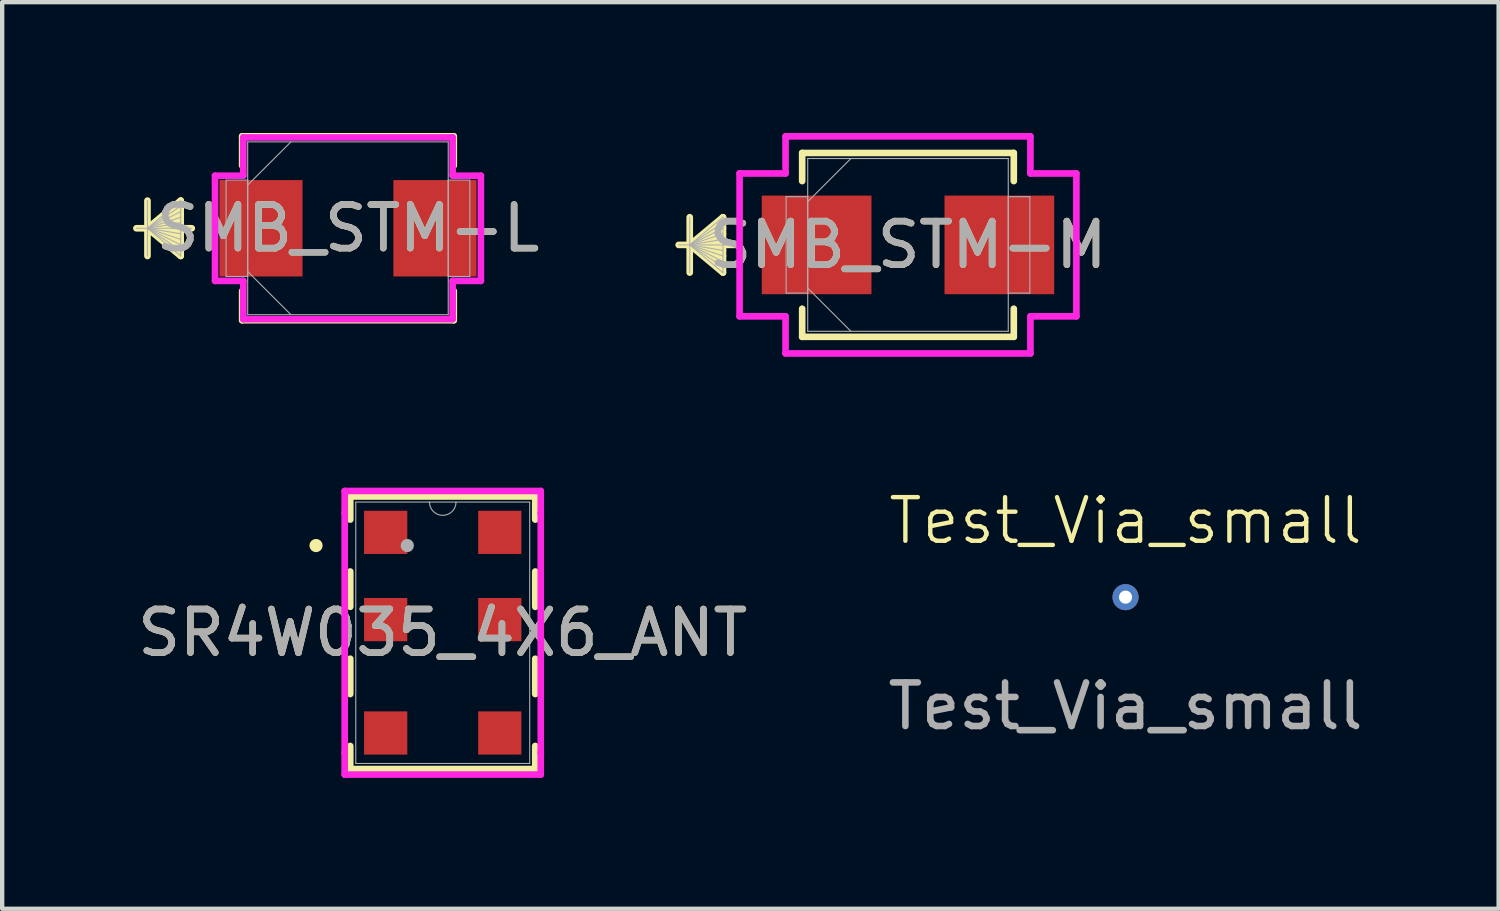
<source format=kicad_pcb>
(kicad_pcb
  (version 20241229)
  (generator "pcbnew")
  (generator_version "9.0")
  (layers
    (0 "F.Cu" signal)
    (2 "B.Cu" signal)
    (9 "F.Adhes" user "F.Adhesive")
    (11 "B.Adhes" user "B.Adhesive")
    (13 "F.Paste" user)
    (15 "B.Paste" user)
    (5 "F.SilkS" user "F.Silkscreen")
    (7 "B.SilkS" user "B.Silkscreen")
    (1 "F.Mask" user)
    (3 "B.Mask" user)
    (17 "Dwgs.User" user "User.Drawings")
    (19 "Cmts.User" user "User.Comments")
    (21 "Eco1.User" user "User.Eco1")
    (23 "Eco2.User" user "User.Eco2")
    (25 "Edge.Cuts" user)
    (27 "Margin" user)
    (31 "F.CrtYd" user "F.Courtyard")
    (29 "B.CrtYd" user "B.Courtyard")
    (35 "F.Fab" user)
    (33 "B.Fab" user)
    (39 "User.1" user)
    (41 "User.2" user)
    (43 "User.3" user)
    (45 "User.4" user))
  (footprint "SMB_STM-L"
    (layer "F.Cu")
    (at 4.928 2.184)
    (property "Reference" "SMB_STM-L" (at 0 0 0) (unlocked yes) (layer "F.SilkS") (effects (font (size 1 1) (thickness 0.15))))
    (attr smd)
    (fp_line (start -4.597 -0.635) (end -4.597 0.635) (stroke (width 0.152) (type solid)) (layer "F.SilkS"))
    (fp_line (start -4.597 0) (end -3.835 -0.635) (stroke (width 0.152) (type solid)) (layer "F.SilkS"))
    (fp_line (start -4.597 0) (end -3.835 -0.508) (stroke (width 0.152) (type solid)) (layer "F.SilkS"))
    (fp_line (start -4.597 0) (end -3.835 -0.381) (stroke (width 0.152) (type solid)) (layer "F.SilkS"))
    (fp_line (start -4.597 0) (end -3.835 -0.254) (stroke (width 0.152) (type solid)) (layer "F.SilkS"))
    (fp_line (start -4.597 0) (end -3.835 -0.127) (stroke (width 0.152) (type solid)) (layer "F.SilkS"))
    (fp_line (start -4.597 0) (end -3.835 0.127) (stroke (width 0.152) (type solid)) (layer "F.SilkS"))
    (fp_line (start -4.597 0) (end -3.835 0.254) (stroke (width 0.152) (type solid)) (layer "F.SilkS"))
    (fp_line (start -4.597 0) (end -3.835 0.381) (stroke (width 0.152) (type solid)) (layer "F.SilkS"))
    (fp_line (start -4.597 0) (end -3.835 0.508) (stroke (width 0.152) (type solid)) (layer "F.SilkS"))
    (fp_line (start -4.597 0) (end -3.835 0.635) (stroke (width 0.152) (type solid)) (layer "F.SilkS"))
    (fp_line (start -3.835 -0.635) (end -3.835 0.635) (stroke (width 0.152) (type solid)) (layer "F.SilkS"))
    (fp_line (start -3.581 0) (end -4.851 0) (stroke (width 0.152) (type solid)) (layer "F.SilkS"))
    (fp_line (start -2.426 -2.108) (end -2.426 -1.438) (stroke (width 0.152) (type solid)) (layer "F.SilkS"))
    (fp_line (start -2.426 1.438) (end -2.426 2.108) (stroke (width 0.152) (type solid)) (layer "F.SilkS"))
    (fp_line (start -2.426 2.108) (end 2.426 2.108) (stroke (width 0.152) (type solid)) (layer "F.SilkS"))
    (fp_line (start 2.426 -2.108) (end -2.426 -2.108) (stroke (width 0.152) (type solid)) (layer "F.SilkS"))
    (fp_line (start 2.426 -1.438) (end 2.426 -2.108) (stroke (width 0.152) (type solid)) (layer "F.SilkS"))
    (fp_line (start 2.426 2.108) (end 2.426 1.438) (stroke (width 0.152) (type solid)) (layer "F.SilkS"))
    (fp_line (start -3.048 -1.206) (end -2.4 -1.206) (stroke (width 0.152) (type solid)) (layer "F.CrtYd"))
    (fp_line (start -3.048 1.206) (end -3.048 -1.206) (stroke (width 0.152) (type solid)) (layer "F.CrtYd"))
    (fp_line (start -2.4 -2.083) (end 2.4 -2.083) (stroke (width 0.152) (type solid)) (layer "F.CrtYd"))
    (fp_line (start -2.4 -1.206) (end -2.4 -2.083) (stroke (width 0.152) (type solid)) (layer "F.CrtYd"))
    (fp_line (start -2.4 1.206) (end -3.048 1.206) (stroke (width 0.152) (type solid)) (layer "F.CrtYd"))
    (fp_line (start -2.4 2.083) (end -2.4 1.206) (stroke (width 0.152) (type solid)) (layer "F.CrtYd"))
    (fp_line (start 2.4 -2.083) (end 2.4 -1.206) (stroke (width 0.152) (type solid)) (layer "F.CrtYd"))
    (fp_line (start 2.4 -1.206) (end 3.048 -1.206) (stroke (width 0.152) (type solid)) (layer "F.CrtYd"))
    (fp_line (start 2.4 1.206) (end 2.4 2.083) (stroke (width 0.152) (type solid)) (layer "F.CrtYd"))
    (fp_line (start 2.4 2.083) (end -2.4 2.083) (stroke (width 0.152) (type solid)) (layer "F.CrtYd"))
    (fp_line (start 3.048 -1.206) (end 3.048 1.206) (stroke (width 0.152) (type solid)) (layer "F.CrtYd"))
    (fp_line (start 3.048 1.206) (end 2.4 1.206) (stroke (width 0.152) (type solid)) (layer "F.CrtYd"))
    (fp_line (start -4.597 -0.635) (end -4.597 0.635) (stroke (width 0.025) (type solid)) (layer "F.Fab"))
    (fp_line (start -4.597 0) (end -3.835 -0.635) (stroke (width 0.025) (type solid)) (layer "F.Fab"))
    (fp_line (start -4.597 0) (end -3.835 -0.508) (stroke (width 0.025) (type solid)) (layer "F.Fab"))
    (fp_line (start -4.597 0) (end -3.835 -0.381) (stroke (width 0.025) (type solid)) (layer "F.Fab"))
    (fp_line (start -4.597 0) (end -3.835 -0.254) (stroke (width 0.025) (type solid)) (layer "F.Fab"))
    (fp_line (start -4.597 0) (end -3.835 -0.127) (stroke (width 0.025) (type solid)) (layer "F.Fab"))
    (fp_line (start -4.597 0) (end -3.835 0.127) (stroke (width 0.025) (type solid)) (layer "F.Fab"))
    (fp_line (start -4.597 0) (end -3.835 0.254) (stroke (width 0.025) (type solid)) (layer "F.Fab"))
    (fp_line (start -4.597 0) (end -3.835 0.381) (stroke (width 0.025) (type solid)) (layer "F.Fab"))
    (fp_line (start -4.597 0) (end -3.835 0.508) (stroke (width 0.025) (type solid)) (layer "F.Fab"))
    (fp_line (start -4.597 0) (end -3.835 0.635) (stroke (width 0.025) (type solid)) (layer "F.Fab"))
    (fp_line (start -3.835 -0.635) (end -3.835 0.635) (stroke (width 0.025) (type solid)) (layer "F.Fab"))
    (fp_line (start -3.581 0) (end -4.851 0) (stroke (width 0.025) (type solid)) (layer "F.Fab"))
    (fp_line (start -2.794 -1.105) (end -2.794 1.105) (stroke (width 0.025) (type solid)) (layer "F.Fab"))
    (fp_line (start -2.794 1.105) (end -2.299 1.105) (stroke (width 0.025) (type solid)) (layer "F.Fab"))
    (fp_line (start -2.299 -1.981) (end -2.299 1.981) (stroke (width 0.025) (type solid)) (layer "F.Fab"))
    (fp_line (start -2.299 -1.105) (end -2.794 -1.105) (stroke (width 0.025) (type solid)) (layer "F.Fab"))
    (fp_line (start -2.299 -0.991) (end -1.308 -1.981) (stroke (width 0.025) (type solid)) (layer "F.Fab"))
    (fp_line (start -2.299 0.991) (end -1.308 1.981) (stroke (width 0.025) (type solid)) (layer "F.Fab"))
    (fp_line (start -2.299 1.105) (end -2.299 -1.105) (stroke (width 0.025) (type solid)) (layer "F.Fab"))
    (fp_line (start -2.299 1.981) (end 2.299 1.981) (stroke (width 0.025) (type solid)) (layer "F.Fab"))
    (fp_line (start 2.299 -1.981) (end -2.299 -1.981) (stroke (width 0.025) (type solid)) (layer "F.Fab"))
    (fp_line (start 2.299 -1.105) (end 2.299 1.105) (stroke (width 0.025) (type solid)) (layer "F.Fab"))
    (fp_line (start 2.299 1.105) (end 2.794 1.105) (stroke (width 0.025) (type solid)) (layer "F.Fab"))
    (fp_line (start 2.299 1.981) (end 2.299 -1.981) (stroke (width 0.025) (type solid)) (layer "F.Fab"))
    (fp_line (start 2.794 -1.105) (end 2.299 -1.105) (stroke (width 0.025) (type solid)) (layer "F.Fab"))
    (fp_line (start 2.794 1.105) (end 2.794 -1.105) (stroke (width 0.025) (type solid)) (layer "F.Fab"))
    (fp_text user "${REFERENCE}" (at 0 0 0) (unlocked yes) (layer "F.Fab") (effects (font (size 1 1) (thickness 0.15))))
    (pad "1" smd rect (at -1.994 0) (size 1.905 2.21) (layers "F.Cu" "F.Mask" "F.Paste"))
    (pad "2" smd rect (at 1.994 0) (size 1.905 2.21) (layers "F.Cu" "F.Mask" "F.Paste"))
    (zone (net_name "") (layer "F.Cu") (hatch full 0.508) (connect_pads) (min_thickness 0.254) (filled_areas_thickness no) (keepout (tracks not_allowed) (vias not_allowed) (pads allowed) (copperpour not_allowed) (footprints allowed)) (placement (enabled no)) (fill) (polygon (pts (xy 3.937 0.254) (xy 5.918 0.254) (xy 5.918 4.115) (xy 3.937 4.115)))))
  (footprint "Test_Via_small"
    (layer "F.Cu")
    (at 22.756 10.641)
    (property "Reference" "Test_Via_small" (at 0 -1.75 0) (unlocked yes) (layer "F.SilkS") (effects (font (size 1 1) (thickness 0.1))))
    (attr through_hole)
    (fp_text user "${REFERENCE}" (at 0 2.5 0) (unlocked yes) (layer "F.Fab") (effects (font (size 1 1) (thickness 0.15))))
    (pad "1" thru_hole circle (at 0 0) (size 0.6 0.6) (drill 0.3) (layers "*.Cu" "*.Mask")))
  (footprint "SMB_STM-M"
    (layer "F.Cu")
    (at 17.768 2.565)
    (property "Reference" "SMB_STM-M" (at 0 0 0) (unlocked yes) (layer "F.SilkS") (effects (font (size 1 1) (thickness 0.15))))
    (attr smd)
    (fp_line (start -5.004 -0.635) (end -5.004 0.635) (stroke (width 0.152) (type solid)) (layer "F.SilkS"))
    (fp_line (start -5.004 0) (end -4.242 -0.635) (stroke (width 0.152) (type solid)) (layer "F.SilkS"))
    (fp_line (start -5.004 0) (end -4.242 -0.508) (stroke (width 0.152) (type solid)) (layer "F.SilkS"))
    (fp_line (start -5.004 0) (end -4.242 -0.381) (stroke (width 0.152) (type solid)) (layer "F.SilkS"))
    (fp_line (start -5.004 0) (end -4.242 -0.254) (stroke (width 0.152) (type solid)) (layer "F.SilkS"))
    (fp_line (start -5.004 0) (end -4.242 -0.127) (stroke (width 0.152) (type solid)) (layer "F.SilkS"))
    (fp_line (start -5.004 0) (end -4.242 0.127) (stroke (width 0.152) (type solid)) (layer "F.SilkS"))
    (fp_line (start -5.004 0) (end -4.242 0.254) (stroke (width 0.152) (type solid)) (layer "F.SilkS"))
    (fp_line (start -5.004 0) (end -4.242 0.381) (stroke (width 0.152) (type solid)) (layer "F.SilkS"))
    (fp_line (start -5.004 0) (end -4.242 0.508) (stroke (width 0.152) (type solid)) (layer "F.SilkS"))
    (fp_line (start -5.004 0) (end -4.242 0.635) (stroke (width 0.152) (type solid)) (layer "F.SilkS"))
    (fp_line (start -4.242 -0.635) (end -4.242 0.635) (stroke (width 0.152) (type solid)) (layer "F.SilkS"))
    (fp_line (start -3.988 0) (end -5.258 0) (stroke (width 0.152) (type solid)) (layer "F.SilkS"))
    (fp_line (start -2.426 -2.108) (end -2.426 -1.463) (stroke (width 0.152) (type solid)) (layer "F.SilkS"))
    (fp_line (start -2.426 1.463) (end -2.426 2.108) (stroke (width 0.152) (type solid)) (layer "F.SilkS"))
    (fp_line (start -2.426 2.108) (end 2.426 2.108) (stroke (width 0.152) (type solid)) (layer "F.SilkS"))
    (fp_line (start 2.426 -2.108) (end -2.426 -2.108) (stroke (width 0.152) (type solid)) (layer "F.SilkS"))
    (fp_line (start 2.426 -1.463) (end 2.426 -2.108) (stroke (width 0.152) (type solid)) (layer "F.SilkS"))
    (fp_line (start 2.426 2.108) (end 2.426 1.463) (stroke (width 0.152) (type solid)) (layer "F.SilkS"))
    (fp_line (start -3.861 -1.638) (end -2.807 -1.638) (stroke (width 0.152) (type solid)) (layer "F.CrtYd"))
    (fp_line (start -3.861 1.638) (end -3.861 -1.638) (stroke (width 0.152) (type solid)) (layer "F.CrtYd"))
    (fp_line (start -2.807 -2.489) (end 2.807 -2.489) (stroke (width 0.152) (type solid)) (layer "F.CrtYd"))
    (fp_line (start -2.807 -1.638) (end -2.807 -2.489) (stroke (width 0.152) (type solid)) (layer "F.CrtYd"))
    (fp_line (start -2.807 1.638) (end -3.861 1.638) (stroke (width 0.152) (type solid)) (layer "F.CrtYd"))
    (fp_line (start -2.807 2.489) (end -2.807 1.638) (stroke (width 0.152) (type solid)) (layer "F.CrtYd"))
    (fp_line (start 2.807 -2.489) (end 2.807 -1.638) (stroke (width 0.152) (type solid)) (layer "F.CrtYd"))
    (fp_line (start 2.807 -1.638) (end 3.861 -1.638) (stroke (width 0.152) (type solid)) (layer "F.CrtYd"))
    (fp_line (start 2.807 1.638) (end 2.807 2.489) (stroke (width 0.152) (type solid)) (layer "F.CrtYd"))
    (fp_line (start 2.807 2.489) (end -2.807 2.489) (stroke (width 0.152) (type solid)) (layer "F.CrtYd"))
    (fp_line (start 3.861 -1.638) (end 3.861 1.638) (stroke (width 0.152) (type solid)) (layer "F.CrtYd"))
    (fp_line (start 3.861 1.638) (end 2.807 1.638) (stroke (width 0.152) (type solid)) (layer "F.CrtYd"))
    (fp_line (start -5.004 -0.635) (end -5.004 0.635) (stroke (width 0.025) (type solid)) (layer "F.Fab"))
    (fp_line (start -5.004 0) (end -4.242 -0.635) (stroke (width 0.025) (type solid)) (layer "F.Fab"))
    (fp_line (start -5.004 0) (end -4.242 -0.508) (stroke (width 0.025) (type solid)) (layer "F.Fab"))
    (fp_line (start -5.004 0) (end -4.242 -0.381) (stroke (width 0.025) (type solid)) (layer "F.Fab"))
    (fp_line (start -5.004 0) (end -4.242 -0.254) (stroke (width 0.025) (type solid)) (layer "F.Fab"))
    (fp_line (start -5.004 0) (end -4.242 -0.127) (stroke (width 0.025) (type solid)) (layer "F.Fab"))
    (fp_line (start -5.004 0) (end -4.242 0.127) (stroke (width 0.025) (type solid)) (layer "F.Fab"))
    (fp_line (start -5.004 0) (end -4.242 0.254) (stroke (width 0.025) (type solid)) (layer "F.Fab"))
    (fp_line (start -5.004 0) (end -4.242 0.381) (stroke (width 0.025) (type solid)) (layer "F.Fab"))
    (fp_line (start -5.004 0) (end -4.242 0.508) (stroke (width 0.025) (type solid)) (layer "F.Fab"))
    (fp_line (start -5.004 0) (end -4.242 0.635) (stroke (width 0.025) (type solid)) (layer "F.Fab"))
    (fp_line (start -4.242 -0.635) (end -4.242 0.635) (stroke (width 0.025) (type solid)) (layer "F.Fab"))
    (fp_line (start -3.988 0) (end -5.258 0) (stroke (width 0.025) (type solid)) (layer "F.Fab"))
    (fp_line (start -2.794 -1.105) (end -2.794 1.105) (stroke (width 0.025) (type solid)) (layer "F.Fab"))
    (fp_line (start -2.794 1.105) (end -2.299 1.105) (stroke (width 0.025) (type solid)) (layer "F.Fab"))
    (fp_line (start -2.299 -1.981) (end -2.299 1.981) (stroke (width 0.025) (type solid)) (layer "F.Fab"))
    (fp_line (start -2.299 -1.105) (end -2.794 -1.105) (stroke (width 0.025) (type solid)) (layer "F.Fab"))
    (fp_line (start -2.299 -0.991) (end -1.308 -1.981) (stroke (width 0.025) (type solid)) (layer "F.Fab"))
    (fp_line (start -2.299 0.991) (end -1.308 1.981) (stroke (width 0.025) (type solid)) (layer "F.Fab"))
    (fp_line (start -2.299 1.105) (end -2.299 -1.105) (stroke (width 0.025) (type solid)) (layer "F.Fab"))
    (fp_line (start -2.299 1.981) (end 2.299 1.981) (stroke (width 0.025) (type solid)) (layer "F.Fab"))
    (fp_line (start 2.299 -1.981) (end -2.299 -1.981) (stroke (width 0.025) (type solid)) (layer "F.Fab"))
    (fp_line (start 2.299 -1.105) (end 2.299 1.105) (stroke (width 0.025) (type solid)) (layer "F.Fab"))
    (fp_line (start 2.299 1.105) (end 2.794 1.105) (stroke (width 0.025) (type solid)) (layer "F.Fab"))
    (fp_line (start 2.299 1.981) (end 2.299 -1.981) (stroke (width 0.025) (type solid)) (layer "F.Fab"))
    (fp_line (start 2.794 -1.105) (end 2.299 -1.105) (stroke (width 0.025) (type solid)) (layer "F.Fab"))
    (fp_line (start 2.794 1.105) (end 2.794 -1.105) (stroke (width 0.025) (type solid)) (layer "F.Fab"))
    (fp_text user "${REFERENCE}" (at 0 0 0) (unlocked yes) (layer "F.Fab") (effects (font (size 1 1) (thickness 0.15))))
    (pad "1" smd rect (at -2.095 0) (size 2.515 2.261) (layers "F.Cu" "F.Mask" "F.Paste"))
    (pad "2" smd rect (at 2.095 0) (size 2.515 2.261) (layers "F.Cu" "F.Mask" "F.Paste"))
    (zone (net_name "") (layer "F.Cu") (hatch full 0.508) (connect_pads) (min_thickness 0.254) (filled_areas_thickness no) (keepout (tracks not_allowed) (vias not_allowed) (pads allowed) (copperpour not_allowed) (footprints allowed)) (placement (enabled no)) (fill) (polygon (pts (xy 16.98 0.635) (xy 18.555 0.635) (xy 18.555 4.496) (xy 16.98 4.496)))))
  (footprint "SR4W035_4X6_ANT"
    (layer "F.Cu")
    (at 7.101 11.458)
    (property "Reference" "SR4W035_4X6_ANT" (at 0 0 0) (unlocked yes) (layer "F.SilkS") (effects (font (size 1 1) (thickness 0.15))))
    (attr smd)
    (fp_line (start -2.121 -3.124) (end -2.121 -2.595) (stroke (width 0.152) (type solid)) (layer "F.SilkS"))
    (fp_line (start -2.121 -1.405) (end -2.121 -0.595) (stroke (width 0.152) (type solid)) (layer "F.SilkS"))
    (fp_line (start -2.121 0.595) (end -2.121 1.405) (stroke (width 0.152) (type solid)) (layer "F.SilkS"))
    (fp_line (start -2.121 2.595) (end -2.121 3.124) (stroke (width 0.152) (type solid)) (layer "F.SilkS"))
    (fp_line (start -2.121 3.124) (end 2.121 3.124) (stroke (width 0.152) (type solid)) (layer "F.SilkS"))
    (fp_line (start 2.121 -3.124) (end -2.121 -3.124) (stroke (width 0.152) (type solid)) (layer "F.SilkS"))
    (fp_line (start 2.121 -2.595) (end 2.121 -3.124) (stroke (width 0.152) (type solid)) (layer "F.SilkS"))
    (fp_line (start 2.121 -0.595) (end 2.121 -1.405) (stroke (width 0.152) (type solid)) (layer "F.SilkS"))
    (fp_line (start 2.121 1.405) (end 2.121 0.595) (stroke (width 0.152) (type solid)) (layer "F.SilkS"))
    (fp_line (start 2.121 3.124) (end 2.121 2.595) (stroke (width 0.152) (type solid)) (layer "F.SilkS"))
    (fp_circle (center -2.905 -2) (end -2.829 -2) (stroke (width 0.152) (type solid)) (fill no) (layer "F.SilkS"))
    (fp_line (start -2.248 -3.251) (end 2.248 -3.251) (stroke (width 0.152) (type solid)) (layer "F.CrtYd"))
    (fp_line (start -2.248 -2.749) (end -2.248 -3.251) (stroke (width 0.152) (type solid)) (layer "F.CrtYd"))
    (fp_line (start -2.248 -2.749) (end -2.248 -2.749) (stroke (width 0.152) (type solid)) (layer "F.CrtYd"))
    (fp_line (start -2.248 2.749) (end -2.248 -2.749) (stroke (width 0.152) (type solid)) (layer "F.CrtYd"))
    (fp_line (start -2.248 2.749) (end -2.248 2.749) (stroke (width 0.152) (type solid)) (layer "F.CrtYd"))
    (fp_line (start -2.248 3.251) (end -2.248 2.749) (stroke (width 0.152) (type solid)) (layer "F.CrtYd"))
    (fp_line (start 2.248 -3.251) (end 2.248 -2.749) (stroke (width 0.152) (type solid)) (layer "F.CrtYd"))
    (fp_line (start 2.248 -2.749) (end 2.248 -2.749) (stroke (width 0.152) (type solid)) (layer "F.CrtYd"))
    (fp_line (start 2.248 -2.749) (end 2.248 2.749) (stroke (width 0.152) (type solid)) (layer "F.CrtYd"))
    (fp_line (start 2.248 2.749) (end 2.248 2.749) (stroke (width 0.152) (type solid)) (layer "F.CrtYd"))
    (fp_line (start 2.248 2.749) (end 2.248 3.251) (stroke (width 0.152) (type solid)) (layer "F.CrtYd"))
    (fp_line (start 2.248 3.251) (end -2.248 3.251) (stroke (width 0.152) (type solid)) (layer "F.CrtYd"))
    (fp_line (start -1.994 -2.997) (end -1.994 2.997) (stroke (width 0.025) (type solid)) (layer "F.Fab"))
    (fp_line (start -1.994 2.997) (end 1.994 2.997) (stroke (width 0.025) (type solid)) (layer "F.Fab"))
    (fp_line (start 1.994 -2.997) (end -1.994 -2.997) (stroke (width 0.025) (type solid)) (layer "F.Fab"))
    (fp_line (start 1.994 2.997) (end 1.994 -2.997) (stroke (width 0.025) (type solid)) (layer "F.Fab"))
    (fp_arc (start 0.3048 -2.9972) (mid 0 -2.6924) (end -0.3048 -2.9972) (stroke (width 0.0254) (type solid)) (layer "F.Fab"))
    (fp_circle (center -0.813 -2) (end -0.813 -2) (stroke (width 0.152) (type solid)) (fill no) (layer "F.Fab"))
    (fp_text user "${REFERENCE}" (at 0 0 0) (unlocked yes) (layer "F.Fab") (effects (font (size 1 1) (thickness 0.15))))
    (pad "1" smd rect (at -1.308 -2.302) (size 0.991 0.991) (layers "F.Cu" "F.Mask" "F.Paste"))
    (pad "2" smd rect (at -1.308 -0.302) (size 0.991 0.991) (layers "F.Cu" "F.Mask" "F.Paste"))
    (pad "3" smd rect (at -1.308 2.298) (size 0.991 0.991) (layers "F.Cu" "F.Mask" "F.Paste"))
    (pad "4" smd rect (at 1.308 2.298) (size 0.991 0.991) (layers "F.Cu" "F.Mask" "F.Paste"))
    (pad "5" smd rect (at 1.308 -0.302) (size 0.991 0.991) (layers "F.Cu" "F.Mask" "F.Paste"))
    (pad "6" smd rect (at 1.308 -2.302) (size 0.991 0.991) (layers "F.Cu" "F.Mask" "F.Paste")))
  (gr_rect
    (start -3 -3)
    (end 31.31 17.786)
    (stroke (width 0.1) (type default))
    (fill no)
    (layer "Edge.Cuts")))
</source>
